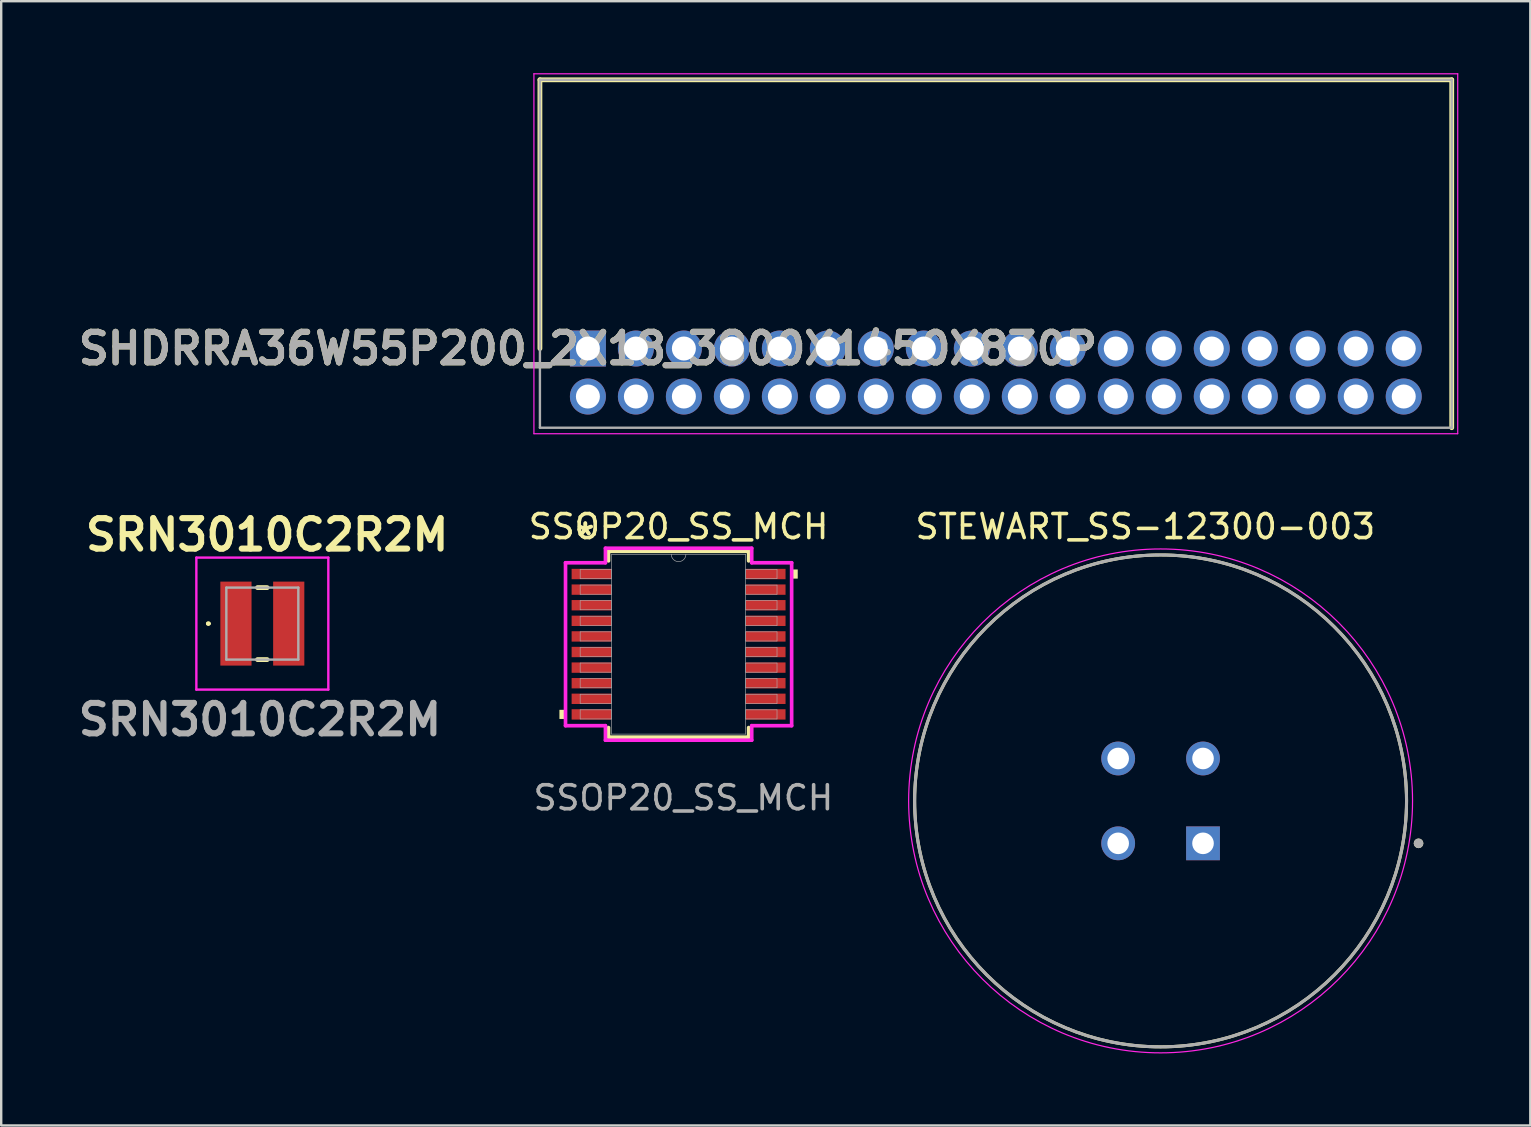
<source format=kicad_pcb>
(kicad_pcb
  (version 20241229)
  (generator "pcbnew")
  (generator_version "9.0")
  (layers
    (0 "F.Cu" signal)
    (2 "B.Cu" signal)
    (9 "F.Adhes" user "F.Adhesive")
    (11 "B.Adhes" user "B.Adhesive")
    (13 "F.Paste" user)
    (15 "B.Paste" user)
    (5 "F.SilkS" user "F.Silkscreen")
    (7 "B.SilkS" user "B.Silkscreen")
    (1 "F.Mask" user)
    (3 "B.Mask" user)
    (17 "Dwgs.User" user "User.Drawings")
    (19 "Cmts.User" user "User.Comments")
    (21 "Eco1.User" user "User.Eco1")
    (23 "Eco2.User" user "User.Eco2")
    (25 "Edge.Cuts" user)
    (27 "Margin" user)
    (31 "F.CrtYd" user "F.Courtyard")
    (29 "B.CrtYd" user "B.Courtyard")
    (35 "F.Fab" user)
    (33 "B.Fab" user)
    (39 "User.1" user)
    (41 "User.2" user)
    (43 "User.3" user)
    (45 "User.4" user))
  (footprint "SHDRRA36W55P200_2X18_3800X1450X830P"
    (layer "F.Cu")
    (at 21.451 11.475)
    (property "Reference" "SHDRRA36W55P200_2X18_3800X1450X830P" (at 0 0 0) (layer "F.SilkS") (effects (font (size 1.27 1.27) (thickness 0.254))))
    (attr through_hole)
    (fp_line (start -2 -11.2) (end 36 -11.2) (stroke (width 0.2) (type solid)) (layer "F.SilkS"))
    (fp_line (start -2 0) (end -2 -11.2) (stroke (width 0.2) (type solid)) (layer "F.SilkS"))
    (fp_line (start 36 -11.2) (end 36 3.3) (stroke (width 0.2) (type solid)) (layer "F.SilkS"))
    (fp_line (start -2.25 -11.45) (end -2.25 3.55) (stroke (width 0.05) (type solid)) (layer "F.CrtYd"))
    (fp_line (start -2.25 3.55) (end 36.25 3.55) (stroke (width 0.05) (type solid)) (layer "F.CrtYd"))
    (fp_line (start 36.25 -11.45) (end -2.25 -11.45) (stroke (width 0.05) (type solid)) (layer "F.CrtYd"))
    (fp_line (start 36.25 3.55) (end 36.25 -11.45) (stroke (width 0.05) (type solid)) (layer "F.CrtYd"))
    (fp_line (start -2 -11.2) (end -2 3.3) (stroke (width 0.1) (type solid)) (layer "F.Fab"))
    (fp_line (start -2 3.3) (end 36 3.3) (stroke (width 0.1) (type solid)) (layer "F.Fab"))
    (fp_line (start 36 -11.2) (end -2 -11.2) (stroke (width 0.1) (type solid)) (layer "F.Fab"))
    (fp_line (start 36 3.3) (end 36 -11.2) (stroke (width 0.1) (type solid)) (layer "F.Fab"))
    (fp_text user "${REFERENCE}" (at 0 0 0) (layer "F.Fab") (effects (font (size 1.27 1.27) (thickness 0.254))))
    (pad "1" thru_hole rect (at 0 0) (size 1.5 1.5) (drill 1) (layers "*.Cu" "*.Mask"))
    (pad "2" thru_hole circle (at 0 2) (size 1.5 1.5) (drill 1) (layers "*.Cu" "*.Mask"))
    (pad "3" thru_hole circle (at 2 0) (size 1.5 1.5) (drill 1) (layers "*.Cu" "*.Mask"))
    (pad "4" thru_hole circle (at 2 2) (size 1.5 1.5) (drill 1) (layers "*.Cu" "*.Mask"))
    (pad "5" thru_hole circle (at 4 0) (size 1.5 1.5) (drill 1) (layers "*.Cu" "*.Mask"))
    (pad "6" thru_hole circle (at 4 2) (size 1.5 1.5) (drill 1) (layers "*.Cu" "*.Mask"))
    (pad "7" thru_hole circle (at 6 0) (size 1.5 1.5) (drill 1) (layers "*.Cu" "*.Mask"))
    (pad "8" thru_hole circle (at 6 2) (size 1.5 1.5) (drill 1) (layers "*.Cu" "*.Mask"))
    (pad "9" thru_hole circle (at 8 0) (size 1.5 1.5) (drill 1) (layers "*.Cu" "*.Mask"))
    (pad "10" thru_hole circle (at 8 2) (size 1.5 1.5) (drill 1) (layers "*.Cu" "*.Mask"))
    (pad "11" thru_hole circle (at 10 0) (size 1.5 1.5) (drill 1) (layers "*.Cu" "*.Mask"))
    (pad "12" thru_hole circle (at 10 2) (size 1.5 1.5) (drill 1) (layers "*.Cu" "*.Mask"))
    (pad "13" thru_hole circle (at 12 0) (size 1.5 1.5) (drill 1) (layers "*.Cu" "*.Mask"))
    (pad "14" thru_hole circle (at 12 2) (size 1.5 1.5) (drill 1) (layers "*.Cu" "*.Mask"))
    (pad "15" thru_hole circle (at 14 0) (size 1.5 1.5) (drill 1) (layers "*.Cu" "*.Mask"))
    (pad "16" thru_hole circle (at 14 2) (size 1.5 1.5) (drill 1) (layers "*.Cu" "*.Mask"))
    (pad "17" thru_hole circle (at 16 0) (size 1.5 1.5) (drill 1) (layers "*.Cu" "*.Mask"))
    (pad "18" thru_hole circle (at 16 2) (size 1.5 1.5) (drill 1) (layers "*.Cu" "*.Mask"))
    (pad "19" thru_hole circle (at 18 0) (size 1.5 1.5) (drill 1) (layers "*.Cu" "*.Mask"))
    (pad "20" thru_hole circle (at 18 2) (size 1.5 1.5) (drill 1) (layers "*.Cu" "*.Mask"))
    (pad "21" thru_hole circle (at 20 0) (size 1.5 1.5) (drill 1) (layers "*.Cu" "*.Mask"))
    (pad "22" thru_hole circle (at 20 2) (size 1.5 1.5) (drill 1) (layers "*.Cu" "*.Mask"))
    (pad "23" thru_hole circle (at 22 0) (size 1.5 1.5) (drill 1) (layers "*.Cu" "*.Mask"))
    (pad "24" thru_hole circle (at 22 2) (size 1.5 1.5) (drill 1) (layers "*.Cu" "*.Mask"))
    (pad "25" thru_hole circle (at 24 0) (size 1.5 1.5) (drill 1) (layers "*.Cu" "*.Mask"))
    (pad "26" thru_hole circle (at 24 2) (size 1.5 1.5) (drill 1) (layers "*.Cu" "*.Mask"))
    (pad "27" thru_hole circle (at 26 0) (size 1.5 1.5) (drill 1) (layers "*.Cu" "*.Mask"))
    (pad "28" thru_hole circle (at 26 2) (size 1.5 1.5) (drill 1) (layers "*.Cu" "*.Mask"))
    (pad "29" thru_hole circle (at 28 0) (size 1.5 1.5) (drill 1) (layers "*.Cu" "*.Mask"))
    (pad "30" thru_hole circle (at 28 2) (size 1.5 1.5) (drill 1) (layers "*.Cu" "*.Mask"))
    (pad "31" thru_hole circle (at 30 0) (size 1.5 1.5) (drill 1) (layers "*.Cu" "*.Mask"))
    (pad "32" thru_hole circle (at 30 2) (size 1.5 1.5) (drill 1) (layers "*.Cu" "*.Mask"))
    (pad "33" thru_hole circle (at 32 0) (size 1.5 1.5) (drill 1) (layers "*.Cu" "*.Mask"))
    (pad "34" thru_hole circle (at 32 2) (size 1.5 1.5) (drill 1) (layers "*.Cu" "*.Mask"))
    (pad "35" thru_hole circle (at 34 0) (size 1.5 1.5) (drill 1) (layers "*.Cu" "*.Mask"))
    (pad "36" thru_hole circle (at 34 2) (size 1.5 1.5) (drill 1) (layers "*.Cu" "*.Mask")))
  (footprint "STEWART_SS-12300-003"
    (layer "F.Cu")
    (at 45.318 30.328)
    (property "Reference" "STEWART_SS-12300-003" (at -0.635 -11.43 0) (layer "F.SilkS") (effects (font (size 1 1) (thickness 0.15))))
    (attr through_hole)
    (fp_circle (center 0 0) (end 10.25 0) (stroke (width 0.127) (type solid)) (fill no) (layer "F.SilkS"))
    (fp_circle (center 10.75 1.768) (end 10.85 1.768) (stroke (width 0.2) (type solid)) (fill no) (layer "F.SilkS"))
    (fp_circle (center 0 0) (end 10.5 0) (stroke (width 0.05) (type solid)) (fill no) (layer "F.CrtYd"))
    (fp_circle (center 0 0) (end 10.25 0) (stroke (width 0.127) (type solid)) (fill no) (layer "F.Fab"))
    (fp_circle (center 10.75 1.768) (end 10.85 1.768) (stroke (width 0.2) (type solid)) (fill no) (layer "F.Fab"))
    (pad "1" thru_hole rect (at 1.768 1.768) (size 1.408 1.408) (drill 0.9) (layers "*.Cu" "*.Mask"))
    (pad "2" thru_hole circle (at -1.768 1.768) (size 1.408 1.408) (drill 0.9) (layers "*.Cu" "*.Mask"))
    (pad "3" thru_hole circle (at -1.768 -1.768) (size 1.408 1.408) (drill 0.9) (layers "*.Cu" "*.Mask"))
    (pad "4" thru_hole circle (at 1.768 -1.768) (size 1.408 1.408) (drill 0.9) (layers "*.Cu" "*.Mask")))
  (footprint "SSOP20_SS_MCH"
    (layer "F.Cu")
    (at 25.23 23.798)
    (property "Reference" "SSOP20_SS_MCH" (at 0 -4.9 0) (unlocked yes) (layer "F.SilkS") (effects (font (size 1 1) (thickness 0.15))))
    (attr smd)
    (fp_line (start -2.921 -3.873) (end -2.921 -3.474) (stroke (width 0.152) (type solid)) (layer "F.SilkS"))
    (fp_line (start -2.921 3.474) (end -2.921 3.873) (stroke (width 0.152) (type solid)) (layer "F.SilkS"))
    (fp_line (start -2.921 3.873) (end 2.921 3.873) (stroke (width 0.152) (type solid)) (layer "F.SilkS"))
    (fp_line (start 2.921 -3.873) (end -2.921 -3.873) (stroke (width 0.152) (type solid)) (layer "F.SilkS"))
    (fp_line (start 2.921 -3.474) (end 2.921 -3.873) (stroke (width 0.152) (type solid)) (layer "F.SilkS"))
    (fp_line (start 2.921 3.873) (end 2.921 3.474) (stroke (width 0.152) (type solid)) (layer "F.SilkS"))
    (fp_poly (pts (xy -4.966 2.734) (xy -4.966 3.115) (xy -4.712 3.115) (xy -4.712 2.734)) (stroke (width 0) (type solid)) (fill yes) (layer "F.SilkS"))
    (fp_poly (pts (xy 4.966 -3.115) (xy 4.966 -2.734) (xy 4.712 -2.734) (xy 4.712 -3.115)) (stroke (width 0) (type solid)) (fill yes) (layer "F.SilkS"))
    (fp_line (start -4.712 -3.395) (end -3.048 -3.395) (stroke (width 0.152) (type solid)) (layer "F.CrtYd"))
    (fp_line (start -4.712 3.395) (end -4.712 -3.395) (stroke (width 0.152) (type solid)) (layer "F.CrtYd"))
    (fp_line (start -4.712 3.395) (end -3.048 3.395) (stroke (width 0.152) (type solid)) (layer "F.CrtYd"))
    (fp_line (start -3.048 -4) (end 3.048 -4) (stroke (width 0.152) (type solid)) (layer "F.CrtYd"))
    (fp_line (start -3.048 -3.395) (end -3.048 -4) (stroke (width 0.152) (type solid)) (layer "F.CrtYd"))
    (fp_line (start -3.048 4) (end -3.048 3.395) (stroke (width 0.152) (type solid)) (layer "F.CrtYd"))
    (fp_line (start 3.048 -4) (end 3.048 -3.395) (stroke (width 0.152) (type solid)) (layer "F.CrtYd"))
    (fp_line (start 3.048 3.395) (end 3.048 4) (stroke (width 0.152) (type solid)) (layer "F.CrtYd"))
    (fp_line (start 3.048 4) (end -3.048 4) (stroke (width 0.152) (type solid)) (layer "F.CrtYd"))
    (fp_line (start 4.712 -3.395) (end 3.048 -3.395) (stroke (width 0.152) (type solid)) (layer "F.CrtYd"))
    (fp_line (start 4.712 -3.395) (end 4.712 3.395) (stroke (width 0.152) (type solid)) (layer "F.CrtYd"))
    (fp_line (start 4.712 3.395) (end 3.048 3.395) (stroke (width 0.152) (type solid)) (layer "F.CrtYd"))
    (fp_line (start -4.102 -3.116) (end -4.102 -2.735) (stroke (width 0.025) (type solid)) (layer "F.Fab"))
    (fp_line (start -4.102 -2.735) (end -2.794 -2.735) (stroke (width 0.025) (type solid)) (layer "F.Fab"))
    (fp_line (start -4.102 -2.466) (end -4.102 -2.084) (stroke (width 0.025) (type solid)) (layer "F.Fab"))
    (fp_line (start -4.102 -2.084) (end -2.794 -2.084) (stroke (width 0.025) (type solid)) (layer "F.Fab"))
    (fp_line (start -4.102 -1.816) (end -4.102 -1.435) (stroke (width 0.025) (type solid)) (layer "F.Fab"))
    (fp_line (start -4.102 -1.435) (end -2.794 -1.435) (stroke (width 0.025) (type solid)) (layer "F.Fab"))
    (fp_line (start -4.102 -1.166) (end -4.102 -0.785) (stroke (width 0.025) (type solid)) (layer "F.Fab"))
    (fp_line (start -4.102 -0.785) (end -2.794 -0.785) (stroke (width 0.025) (type solid)) (layer "F.Fab"))
    (fp_line (start -4.102 -0.516) (end -4.102 -0.135) (stroke (width 0.025) (type solid)) (layer "F.Fab"))
    (fp_line (start -4.102 -0.135) (end -2.794 -0.135) (stroke (width 0.025) (type solid)) (layer "F.Fab"))
    (fp_line (start -4.102 0.134) (end -4.102 0.515) (stroke (width 0.025) (type solid)) (layer "F.Fab"))
    (fp_line (start -4.102 0.515) (end -2.794 0.515) (stroke (width 0.025) (type solid)) (layer "F.Fab"))
    (fp_line (start -4.102 0.784) (end -4.102 1.165) (stroke (width 0.025) (type solid)) (layer "F.Fab"))
    (fp_line (start -4.102 1.165) (end -2.794 1.165) (stroke (width 0.025) (type solid)) (layer "F.Fab"))
    (fp_line (start -4.102 1.434) (end -4.102 1.815) (stroke (width 0.025) (type solid)) (layer "F.Fab"))
    (fp_line (start -4.102 1.815) (end -2.794 1.815) (stroke (width 0.025) (type solid)) (layer "F.Fab"))
    (fp_line (start -4.102 2.084) (end -4.102 2.465) (stroke (width 0.025) (type solid)) (layer "F.Fab"))
    (fp_line (start -4.102 2.465) (end -2.794 2.465) (stroke (width 0.025) (type solid)) (layer "F.Fab"))
    (fp_line (start -4.102 2.734) (end -4.102 3.115) (stroke (width 0.025) (type solid)) (layer "F.Fab"))
    (fp_line (start -4.102 3.115) (end -2.794 3.115) (stroke (width 0.025) (type solid)) (layer "F.Fab"))
    (fp_line (start -2.794 -3.747) (end -2.794 3.747) (stroke (width 0.025) (type solid)) (layer "F.Fab"))
    (fp_line (start -2.794 -3.116) (end -4.102 -3.116) (stroke (width 0.025) (type solid)) (layer "F.Fab"))
    (fp_line (start -2.794 -2.735) (end -2.794 -3.116) (stroke (width 0.025) (type solid)) (layer "F.Fab"))
    (fp_line (start -2.794 -2.466) (end -4.102 -2.466) (stroke (width 0.025) (type solid)) (layer "F.Fab"))
    (fp_line (start -2.794 -2.084) (end -2.794 -2.466) (stroke (width 0.025) (type solid)) (layer "F.Fab"))
    (fp_line (start -2.794 -1.816) (end -4.102 -1.816) (stroke (width 0.025) (type solid)) (layer "F.Fab"))
    (fp_line (start -2.794 -1.435) (end -2.794 -1.816) (stroke (width 0.025) (type solid)) (layer "F.Fab"))
    (fp_line (start -2.794 -1.166) (end -4.102 -1.166) (stroke (width 0.025) (type solid)) (layer "F.Fab"))
    (fp_line (start -2.794 -0.785) (end -2.794 -1.166) (stroke (width 0.025) (type solid)) (layer "F.Fab"))
    (fp_line (start -2.794 -0.516) (end -4.102 -0.516) (stroke (width 0.025) (type solid)) (layer "F.Fab"))
    (fp_line (start -2.794 -0.135) (end -2.794 -0.516) (stroke (width 0.025) (type solid)) (layer "F.Fab"))
    (fp_line (start -2.794 0.134) (end -4.102 0.134) (stroke (width 0.025) (type solid)) (layer "F.Fab"))
    (fp_line (start -2.794 0.515) (end -2.794 0.134) (stroke (width 0.025) (type solid)) (layer "F.Fab"))
    (fp_line (start -2.794 0.784) (end -4.102 0.784) (stroke (width 0.025) (type solid)) (layer "F.Fab"))
    (fp_line (start -2.794 1.165) (end -2.794 0.784) (stroke (width 0.025) (type solid)) (layer "F.Fab"))
    (fp_line (start -2.794 1.434) (end -4.102 1.434) (stroke (width 0.025) (type solid)) (layer "F.Fab"))
    (fp_line (start -2.794 1.815) (end -2.794 1.434) (stroke (width 0.025) (type solid)) (layer "F.Fab"))
    (fp_line (start -2.794 2.084) (end -4.102 2.084) (stroke (width 0.025) (type solid)) (layer "F.Fab"))
    (fp_line (start -2.794 2.465) (end -2.794 2.084) (stroke (width 0.025) (type solid)) (layer "F.Fab"))
    (fp_line (start -2.794 2.734) (end -4.102 2.734) (stroke (width 0.025) (type solid)) (layer "F.Fab"))
    (fp_line (start -2.794 3.115) (end -2.794 2.734) (stroke (width 0.025) (type solid)) (layer "F.Fab"))
    (fp_line (start -2.794 3.747) (end 2.794 3.747) (stroke (width 0.025) (type solid)) (layer "F.Fab"))
    (fp_line (start 2.794 -3.747) (end -2.794 -3.747) (stroke (width 0.025) (type solid)) (layer "F.Fab"))
    (fp_line (start 2.794 -3.115) (end 2.794 -2.734) (stroke (width 0.025) (type solid)) (layer "F.Fab"))
    (fp_line (start 2.794 -2.734) (end 4.102 -2.734) (stroke (width 0.025) (type solid)) (layer "F.Fab"))
    (fp_line (start 2.794 -2.465) (end 2.794 -2.084) (stroke (width 0.025) (type solid)) (layer "F.Fab"))
    (fp_line (start 2.794 -2.084) (end 4.102 -2.084) (stroke (width 0.025) (type solid)) (layer "F.Fab"))
    (fp_line (start 2.794 -1.815) (end 2.794 -1.434) (stroke (width 0.025) (type solid)) (layer "F.Fab"))
    (fp_line (start 2.794 -1.434) (end 4.102 -1.434) (stroke (width 0.025) (type solid)) (layer "F.Fab"))
    (fp_line (start 2.794 -1.165) (end 2.794 -0.784) (stroke (width 0.025) (type solid)) (layer "F.Fab"))
    (fp_line (start 2.794 -0.784) (end 4.102 -0.784) (stroke (width 0.025) (type solid)) (layer "F.Fab"))
    (fp_line (start 2.794 -0.515) (end 2.794 -0.134) (stroke (width 0.025) (type solid)) (layer "F.Fab"))
    (fp_line (start 2.794 -0.134) (end 4.102 -0.134) (stroke (width 0.025) (type solid)) (layer "F.Fab"))
    (fp_line (start 2.794 0.135) (end 2.794 0.516) (stroke (width 0.025) (type solid)) (layer "F.Fab"))
    (fp_line (start 2.794 0.516) (end 4.102 0.516) (stroke (width 0.025) (type solid)) (layer "F.Fab"))
    (fp_line (start 2.794 0.785) (end 2.794 1.166) (stroke (width 0.025) (type solid)) (layer "F.Fab"))
    (fp_line (start 2.794 1.166) (end 4.102 1.166) (stroke (width 0.025) (type solid)) (layer "F.Fab"))
    (fp_line (start 2.794 1.435) (end 2.794 1.816) (stroke (width 0.025) (type solid)) (layer "F.Fab"))
    (fp_line (start 2.794 1.816) (end 4.102 1.816) (stroke (width 0.025) (type solid)) (layer "F.Fab"))
    (fp_line (start 2.794 2.085) (end 2.794 2.466) (stroke (width 0.025) (type solid)) (layer "F.Fab"))
    (fp_line (start 2.794 2.466) (end 4.102 2.466) (stroke (width 0.025) (type solid)) (layer "F.Fab"))
    (fp_line (start 2.794 2.735) (end 2.794 3.116) (stroke (width 0.025) (type solid)) (layer "F.Fab"))
    (fp_line (start 2.794 3.116) (end 4.102 3.116) (stroke (width 0.025) (type solid)) (layer "F.Fab"))
    (fp_line (start 2.794 3.747) (end 2.794 -3.747) (stroke (width 0.025) (type solid)) (layer "F.Fab"))
    (fp_line (start 4.102 -3.115) (end 2.794 -3.115) (stroke (width 0.025) (type solid)) (layer "F.Fab"))
    (fp_line (start 4.102 -2.734) (end 4.102 -3.115) (stroke (width 0.025) (type solid)) (layer "F.Fab"))
    (fp_line (start 4.102 -2.465) (end 2.794 -2.465) (stroke (width 0.025) (type solid)) (layer "F.Fab"))
    (fp_line (start 4.102 -2.084) (end 4.102 -2.465) (stroke (width 0.025) (type solid)) (layer "F.Fab"))
    (fp_line (start 4.102 -1.815) (end 2.794 -1.815) (stroke (width 0.025) (type solid)) (layer "F.Fab"))
    (fp_line (start 4.102 -1.434) (end 4.102 -1.815) (stroke (width 0.025) (type solid)) (layer "F.Fab"))
    (fp_line (start 4.102 -1.165) (end 2.794 -1.165) (stroke (width 0.025) (type solid)) (layer "F.Fab"))
    (fp_line (start 4.102 -0.784) (end 4.102 -1.165) (stroke (width 0.025) (type solid)) (layer "F.Fab"))
    (fp_line (start 4.102 -0.515) (end 2.794 -0.515) (stroke (width 0.025) (type solid)) (layer "F.Fab"))
    (fp_line (start 4.102 -0.134) (end 4.102 -0.515) (stroke (width 0.025) (type solid)) (layer "F.Fab"))
    (fp_line (start 4.102 0.135) (end 2.794 0.135) (stroke (width 0.025) (type solid)) (layer "F.Fab"))
    (fp_line (start 4.102 0.516) (end 4.102 0.135) (stroke (width 0.025) (type solid)) (layer "F.Fab"))
    (fp_line (start 4.102 0.785) (end 2.794 0.785) (stroke (width 0.025) (type solid)) (layer "F.Fab"))
    (fp_line (start 4.102 1.166) (end 4.102 0.785) (stroke (width 0.025) (type solid)) (layer "F.Fab"))
    (fp_line (start 4.102 1.435) (end 2.794 1.435) (stroke (width 0.025) (type solid)) (layer "F.Fab"))
    (fp_line (start 4.102 1.816) (end 4.102 1.435) (stroke (width 0.025) (type solid)) (layer "F.Fab"))
    (fp_line (start 4.102 2.085) (end 2.794 2.085) (stroke (width 0.025) (type solid)) (layer "F.Fab"))
    (fp_line (start 4.102 2.466) (end 4.102 2.085) (stroke (width 0.025) (type solid)) (layer "F.Fab"))
    (fp_line (start 4.102 2.735) (end 2.794 2.735) (stroke (width 0.025) (type solid)) (layer "F.Fab"))
    (fp_line (start 4.102 3.116) (end 4.102 2.735) (stroke (width 0.025) (type solid)) (layer "F.Fab"))
    (fp_arc (start 0.3048 -3.7465) (mid 0 -3.4417) (end -0.3048 -3.7465) (stroke (width 0.0254) (type solid)) (layer "F.Fab"))
    (fp_text user "*" (at -3.886 -4.5 0) (layer "F.SilkS") (effects (font (size 1 1) (thickness 0.15))))
    (fp_text user "*" (at -3.886 -4.5 0) (unlocked yes) (layer "F.SilkS") (effects (font (size 1 1) (thickness 0.15))))
    (fp_text user "${REFERENCE}" (at 0.2 6.4 0) (unlocked yes) (layer "F.Fab") (effects (font (size 1 1) (thickness 0.15))))
    (pad "1" smd rect (at -3.632 -2.925) (size 1.651 0.432) (layers "F.Cu" "F.Mask" "F.Paste"))
    (pad "2" smd rect (at -3.632 -2.275) (size 1.651 0.432) (layers "F.Cu" "F.Mask" "F.Paste"))
    (pad "3" smd rect (at -3.632 -1.625) (size 1.651 0.432) (layers "F.Cu" "F.Mask" "F.Paste"))
    (pad "4" smd rect (at -3.632 -0.975) (size 1.651 0.432) (layers "F.Cu" "F.Mask" "F.Paste"))
    (pad "5" smd rect (at -3.632 -0.325) (size 1.651 0.432) (layers "F.Cu" "F.Mask" "F.Paste"))
    (pad "6" smd rect (at -3.632 0.325) (size 1.651 0.432) (layers "F.Cu" "F.Mask" "F.Paste"))
    (pad "7" smd rect (at -3.632 0.975) (size 1.651 0.432) (layers "F.Cu" "F.Mask" "F.Paste"))
    (pad "8" smd rect (at -3.632 1.625) (size 1.651 0.432) (layers "F.Cu" "F.Mask" "F.Paste"))
    (pad "9" smd rect (at -3.632 2.275) (size 1.651 0.432) (layers "F.Cu" "F.Mask" "F.Paste"))
    (pad "10" smd rect (at -3.632 2.925) (size 1.651 0.432) (layers "F.Cu" "F.Mask" "F.Paste"))
    (pad "11" smd rect (at 3.632 2.925) (size 1.651 0.432) (layers "F.Cu" "F.Mask" "F.Paste"))
    (pad "12" smd rect (at 3.632 2.275) (size 1.651 0.432) (layers "F.Cu" "F.Mask" "F.Paste"))
    (pad "13" smd rect (at 3.632 1.625) (size 1.651 0.432) (layers "F.Cu" "F.Mask" "F.Paste"))
    (pad "14" smd rect (at 3.632 0.975) (size 1.651 0.432) (layers "F.Cu" "F.Mask" "F.Paste"))
    (pad "15" smd rect (at 3.632 0.325) (size 1.651 0.432) (layers "F.Cu" "F.Mask" "F.Paste"))
    (pad "16" smd rect (at 3.632 -0.325) (size 1.651 0.432) (layers "F.Cu" "F.Mask" "F.Paste"))
    (pad "17" smd rect (at 3.632 -0.975) (size 1.651 0.432) (layers "F.Cu" "F.Mask" "F.Paste"))
    (pad "18" smd rect (at 3.632 -1.625) (size 1.651 0.432) (layers "F.Cu" "F.Mask" "F.Paste"))
    (pad "19" smd rect (at 3.632 -2.275) (size 1.651 0.432) (layers "F.Cu" "F.Mask" "F.Paste"))
    (pad "20" smd rect (at 3.632 -2.925) (size 1.651 0.432) (layers "F.Cu" "F.Mask" "F.Paste")))
  (footprint "SRN3010C2R2M"
    (layer "F.Cu")
    (at 7.883 22.939)
    (property "Reference" "SRN3010C2R2M" (at 0.2 -3.7 0) (layer "F.SilkS") (effects (font (size 1.27 1.27) (thickness 0.254))))
    (attr smd)
    (fp_line (start -2.3 0) (end -2.3 0) (stroke (width 0.1) (type solid)) (layer "F.SilkS"))
    (fp_line (start -2.2 0) (end -2.2 0) (stroke (width 0.1) (type solid)) (layer "F.SilkS"))
    (fp_line (start -0.2 -1.5) (end 0.2 -1.5) (stroke (width 0.2) (type solid)) (layer "F.SilkS"))
    (fp_line (start -0.2 1.5) (end 0.2 1.5) (stroke (width 0.2) (type solid)) (layer "F.SilkS"))
    (fp_arc (start -2.3 0) (mid -2.25 -0.05) (end -2.2 0) (stroke (width 0.1) (type solid)) (layer "F.SilkS"))
    (fp_arc (start -2.2 0) (mid -2.25 0.05) (end -2.3 0) (stroke (width 0.1) (type solid)) (layer "F.SilkS"))
    (fp_line (start -2.75 -2.75) (end 2.75 -2.75) (stroke (width 0.1) (type solid)) (layer "F.CrtYd"))
    (fp_line (start -2.75 2.75) (end -2.75 -2.75) (stroke (width 0.1) (type solid)) (layer "F.CrtYd"))
    (fp_line (start 2.75 -2.75) (end 2.75 2.75) (stroke (width 0.1) (type solid)) (layer "F.CrtYd"))
    (fp_line (start 2.75 2.75) (end -2.75 2.75) (stroke (width 0.1) (type solid)) (layer "F.CrtYd"))
    (fp_line (start -1.5 -1.5) (end -1.5 1.5) (stroke (width 0.1) (type solid)) (layer "F.Fab"))
    (fp_line (start -1.5 1.5) (end 1.5 1.5) (stroke (width 0.1) (type solid)) (layer "F.Fab"))
    (fp_line (start 1.5 -1.5) (end -1.5 -1.5) (stroke (width 0.1) (type solid)) (layer "F.Fab"))
    (fp_line (start 1.5 1.5) (end 1.5 -1.5) (stroke (width 0.1) (type solid)) (layer "F.Fab"))
    (fp_text user "${REFERENCE}" (at -0.1 4 0) (layer "F.Fab") (effects (font (size 1.27 1.27) (thickness 0.254))))
    (pad "1" smd rect (at -1.1 0) (size 1.3 3.5) (layers "F.Cu" "F.Mask" "F.Paste"))
    (pad "2" smd rect (at 1.1 0) (size 1.3 3.5) (layers "F.Cu" "F.Mask" "F.Paste")))
  (gr_rect
    (start -3 -3)
    (end 60.726 43.853)
    (stroke (width 0.1) (type default))
    (fill no)
    (layer "Edge.Cuts")))
</source>
